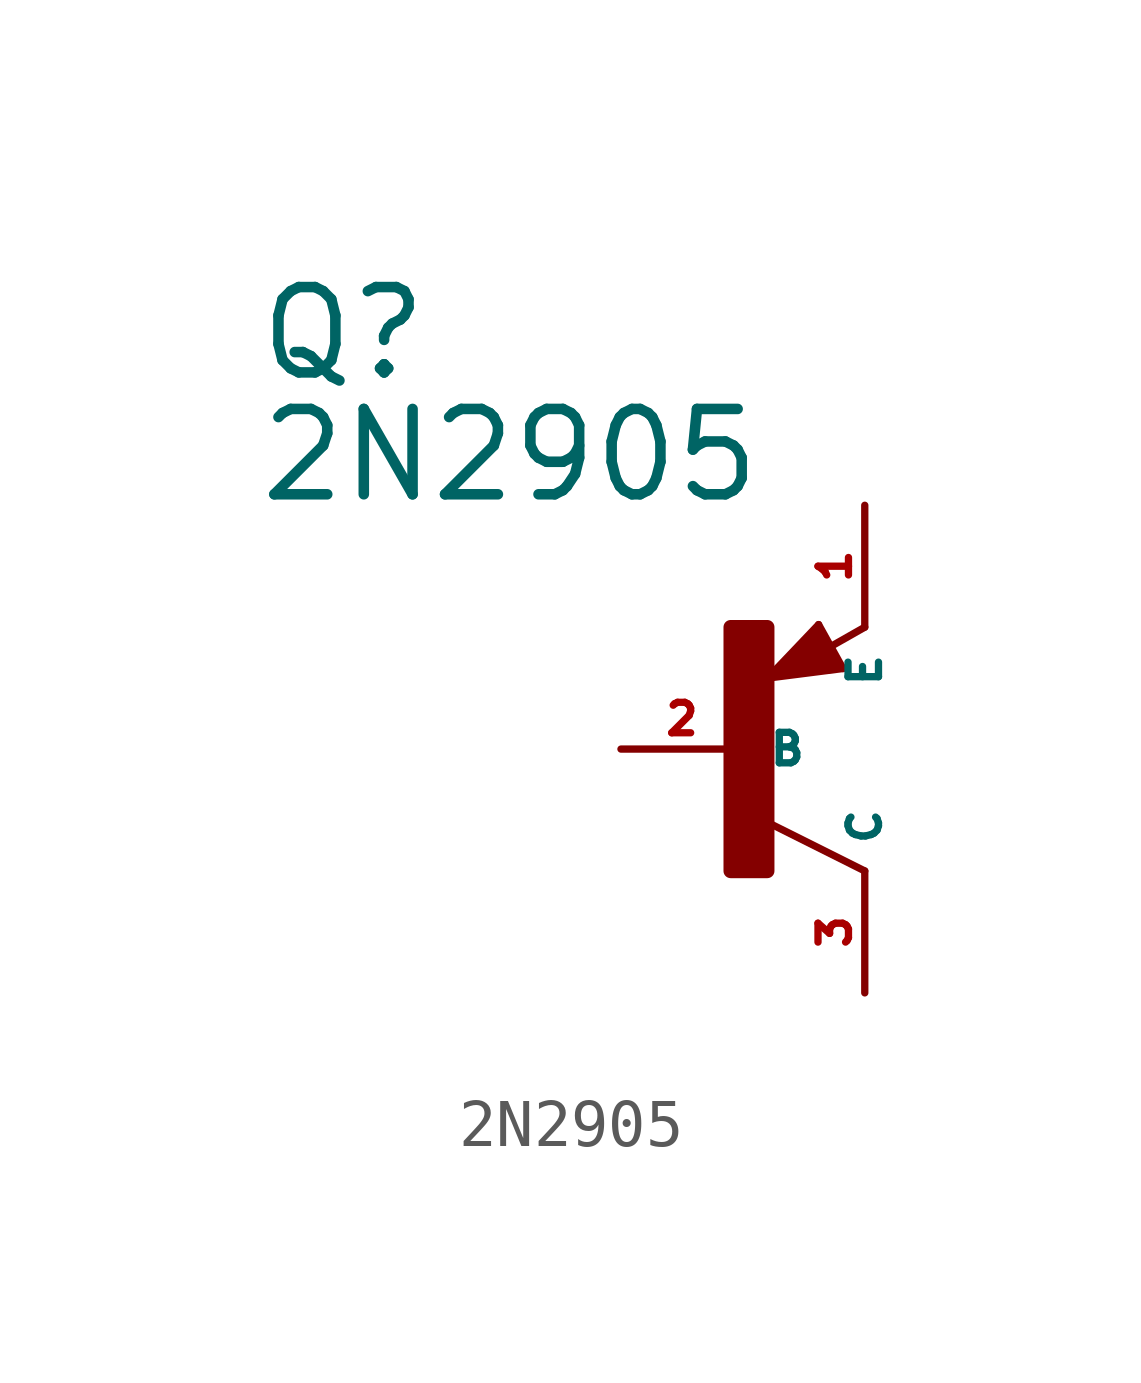
<source format=kicad_sym>
(kicad_symbol_lib
  (version 20220914)
  (generator Eagle2Kicad)
  (symbol "2N2905"
    (property "Reference" "Q"
      (at -10.16 7.62 0)
      (effects (font (size 1.778 1.778) (thickness 0.22)) (justify left bottom)))
    (property "Value" "2N2905"
      (at -10.16 5.08 0)
      (effects (font (size 1.778 1.778) (thickness 0.22)) (justify left bottom)))
    (polyline
      (pts (xy 2.086 1.678) (xy 1.578 2.594))
      (stroke (width 0.152) (type default))
      (fill (type none)))
    (polyline
      (pts (xy 1.578 2.594) (xy 0.516 1.478))
      (stroke (width 0.152) (type default))
      (fill (type none)))
    (polyline
      (pts (xy 0.516 1.478) (xy 2.086 1.678))
      (stroke (width 0.152) (type default))
      (fill (type none)))
    (polyline
      (pts (xy 2.54 2.54) (xy 1.808 2.124))
      (stroke (width 0.152) (type default))
      (fill (type none)))
    (polyline
      (pts (xy 2.54 -2.54) (xy 0.508 -1.524))
      (stroke (width 0.152) (type default))
      (fill (type none)))
    (polyline
      (pts (xy 1.905 1.778) (xy 1.524 2.413))
      (stroke (width 0.254) (type default))
      (fill (type none)))
    (polyline
      (pts (xy 1.524 2.413) (xy 0.762 1.651))
      (stroke (width 0.254) (type default))
      (fill (type none)))
    (polyline
      (pts (xy 0.762 1.651) (xy 1.778 1.778))
      (stroke (width 0.254) (type default))
      (fill (type none)))
    (polyline
      (pts (xy 1.778 1.778) (xy 1.524 2.159))
      (stroke (width 0.254) (type default))
      (fill (type none)))
    (polyline
      (pts (xy 1.524 2.159) (xy 1.143 1.905))
      (stroke (width 0.254) (type default))
      (fill (type none)))
    (polyline
      (pts (xy 1.143 1.905) (xy 1.524 1.905))
      (stroke (width 0.254) (type default))
      (fill (type none)))
    (rectangle
      (start -0.254 -2.54)
      (end 0.508 2.54)
      (stroke (width 0.3) (type default))
      (fill (type outline)))
    (pin passive line
      (at -2.54 0 0)
      (length 2.54)
      (name "B" (effects (font (size 0.635 0.635) (thickness 0.08)) (justify left bottom)))
      (number "2" (effects (font (size 0.635 0.635) (thickness 0.08)) (justify left bottom))))
    (pin passive line
      (at 2.54 5.08 270)
      (length 2.54)
      (name "E" (effects (font (size 0.635 0.635) (thickness 0.08)) (justify left bottom)))
      (number "1" (effects (font (size 0.635 0.635) (thickness 0.08)) (justify left bottom))))
    (pin passive line
      (at 2.54 -5.08 90)
      (length 2.54)
      (name "C" (effects (font (size 0.635 0.635) (thickness 0.08)) (justify left bottom)))
      (number "3" (effects (font (size 0.635 0.635) (thickness 0.08)) (justify left bottom))))))
</source>
